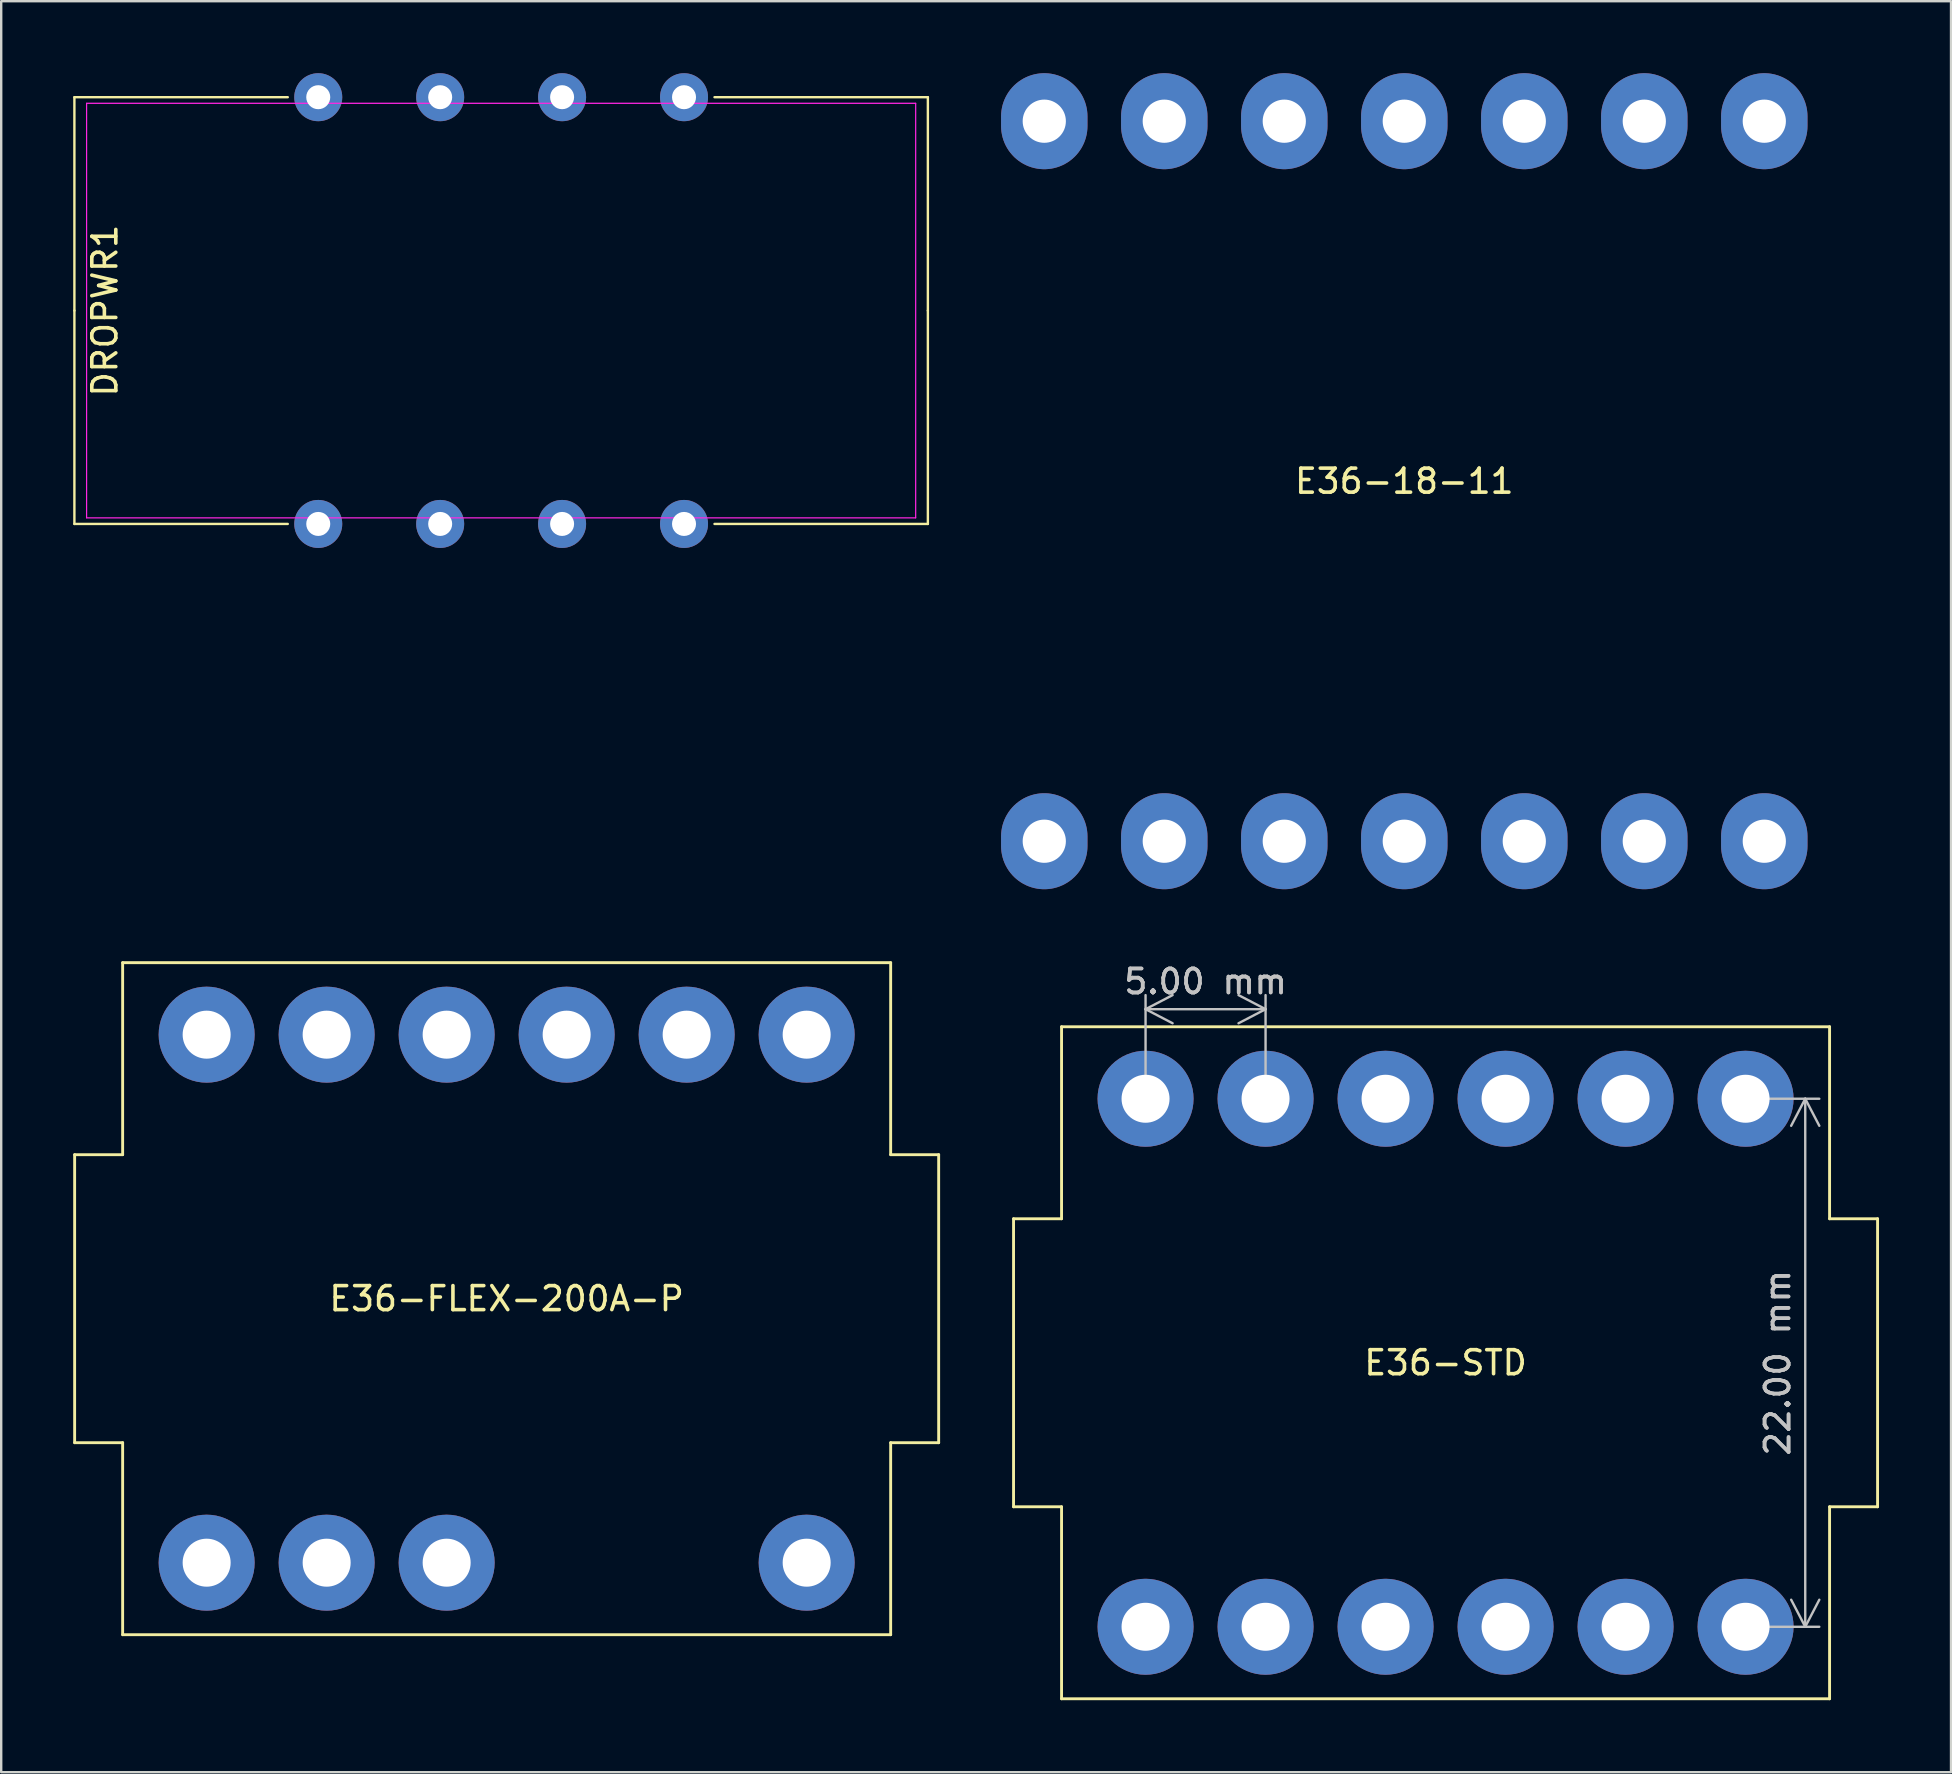
<source format=kicad_pcb>
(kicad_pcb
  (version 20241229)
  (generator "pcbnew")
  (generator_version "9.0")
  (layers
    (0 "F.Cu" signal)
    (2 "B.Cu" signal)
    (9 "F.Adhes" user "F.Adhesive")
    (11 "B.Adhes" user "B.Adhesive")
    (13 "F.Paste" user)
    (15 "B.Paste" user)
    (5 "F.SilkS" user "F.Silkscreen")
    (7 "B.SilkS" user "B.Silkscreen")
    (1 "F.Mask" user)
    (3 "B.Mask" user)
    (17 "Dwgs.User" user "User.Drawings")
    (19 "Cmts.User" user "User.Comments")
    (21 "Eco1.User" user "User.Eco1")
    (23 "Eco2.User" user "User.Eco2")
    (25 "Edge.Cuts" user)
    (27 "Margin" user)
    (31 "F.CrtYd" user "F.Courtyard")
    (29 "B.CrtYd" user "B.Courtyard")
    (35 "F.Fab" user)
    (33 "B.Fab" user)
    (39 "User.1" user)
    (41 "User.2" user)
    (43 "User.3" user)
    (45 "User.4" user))
  (footprint "E36-STD"
    (layer "F.Cu")
    (at 57.18 53.73)
    (property "Reference" "E36-STD" (at 0 0 180) (layer "F.SilkS") (effects (font (size 1 1) (thickness 0.15))))
    (attr through_hole)
    (fp_line (start -18 -6) (end -18 6) (stroke (width 0.12) (type solid)) (layer "F.SilkS"))
    (fp_line (start -18 6) (end -16 6) (stroke (width 0.12) (type solid)) (layer "F.SilkS"))
    (fp_line (start -16 -6) (end -18 -6) (stroke (width 0.12) (type solid)) (layer "F.SilkS"))
    (fp_line (start -16 -6) (end -16 -14) (stroke (width 0.12) (type solid)) (layer "F.SilkS"))
    (fp_line (start -16 14) (end -16 6) (stroke (width 0.12) (type solid)) (layer "F.SilkS"))
    (fp_line (start -16 14) (end 16 14) (stroke (width 0.12) (type solid)) (layer "F.SilkS"))
    (fp_line (start 16 -14) (end -16 -14) (stroke (width 0.12) (type solid)) (layer "F.SilkS"))
    (fp_line (start 16 -6) (end 16 -14) (stroke (width 0.12) (type solid)) (layer "F.SilkS"))
    (fp_line (start 16 -6) (end 18 -6) (stroke (width 0.12) (type solid)) (layer "F.SilkS"))
    (fp_line (start 16 14) (end 16 6) (stroke (width 0.12) (type solid)) (layer "F.SilkS"))
    (fp_line (start 18 -6) (end 18 6) (stroke (width 0.12) (type solid)) (layer "F.SilkS"))
    (fp_line (start 18 6) (end 16 6) (stroke (width 0.12) (type solid)) (layer "F.SilkS"))
    (dimension (type orthogonal) (layer "Dwgs.User") (pts (xy 69.68 42.73) (xy 69.68 64.73)) (height 2.486) (orientation 1) (format (prefix "") (suffix "") (units 3) (units_format 1) (precision 2)) (style (thickness 0.1) (arrow_length 1.27) (text_position_mode 0) (arrow_direction outward) (extension_height 0.586) (extension_offset 0.5) (keep_text_aligned yes)) (gr_text "22.00 mm" (at 71.016 53.73 90) (layer "Dwgs.User") (effects (font (size 1 1) (thickness 0.15)))))
    (dimension (type orthogonal) (layer "Dwgs.User") (pts (xy 49.68 42.73) (xy 44.68 42.73)) (height -3.732) (orientation 0) (format (prefix "") (suffix "") (units 3) (units_format 1) (precision 2)) (style (thickness 0.1) (arrow_length 1.27) (text_position_mode 0) (arrow_direction outward) (extension_height 0.586) (extension_offset 0.5) (keep_text_aligned yes)) (gr_text "5.00 mm" (at 47.18 37.848 0) (layer "Dwgs.User") (effects (font (size 1 1) (thickness 0.15)))))
    (pad "1" thru_hole oval (at -12.5 11) (size 4 4) (drill 2) (layers "*.Cu" "*.Mask"))
    (pad "2" thru_hole oval (at -7.5 11) (size 4 4) (drill 2) (layers "*.Cu" "*.Mask"))
    (pad "3" thru_hole oval (at -2.5 11) (size 4 4) (drill 2) (layers "*.Cu" "*.Mask"))
    (pad "4" thru_hole oval (at 2.5 11) (size 4 4) (drill 2) (layers "*.Cu" "*.Mask"))
    (pad "5" thru_hole oval (at 7.5 11) (size 4 4) (drill 2) (layers "*.Cu" "*.Mask"))
    (pad "6" thru_hole oval (at 12.5 11) (size 4 4) (drill 2) (layers "*.Cu" "*.Mask"))
    (pad "7" thru_hole oval (at 12.5 -11) (size 4 4) (drill 2) (layers "*.Cu" "*.Mask"))
    (pad "8" thru_hole oval (at 7.5 -11) (size 4 4) (drill 2) (layers "*.Cu" "*.Mask"))
    (pad "9" thru_hole oval (at 2.5 -11) (size 4 4) (drill 2) (layers "*.Cu" "*.Mask"))
    (pad "10" thru_hole oval (at -2.5 -11) (size 4 4) (drill 2) (layers "*.Cu" "*.Mask"))
    (pad "11" thru_hole oval (at -7.5 -11) (size 4 4) (drill 2) (layers "*.Cu" "*.Mask"))
    (pad "12" thru_hole oval (at -12.5 -11) (size 4 4) (drill 2) (layers "*.Cu" "*.Mask")))
  (footprint "DROPWR1"
    (layer "F.Cu")
    (at 17.83 9.89)
    (property "Reference" "DROPWR1" (at -16.51 0 90) (layer "F.SilkS") (effects (font (size 1 1) (thickness 0.15))))
    (attr through_hole)
    (fp_line (start -17.78 -8.89) (end -17.78 0) (stroke (width 0.1) (type default)) (layer "F.SilkS"))
    (fp_line (start -17.78 0) (end -17.78 8.89) (stroke (width 0.1) (type default)) (layer "F.SilkS"))
    (fp_line (start -8.89 -8.89) (end -17.78 -8.89) (stroke (width 0.1) (type default)) (layer "F.SilkS"))
    (fp_line (start -8.89 8.89) (end -17.78 8.89) (stroke (width 0.1) (type default)) (layer "F.SilkS"))
    (fp_line (start 17.78 -8.89) (end 8.89 -8.89) (stroke (width 0.1) (type default)) (layer "F.SilkS"))
    (fp_line (start 17.78 -8.89) (end 17.78 0) (stroke (width 0.1) (type default)) (layer "F.SilkS"))
    (fp_line (start 17.78 0) (end 17.78 8.89) (stroke (width 0.1) (type default)) (layer "F.SilkS"))
    (fp_line (start 17.78 8.89) (end 8.89 8.89) (stroke (width 0.1) (type default)) (layer "F.SilkS"))
    (fp_line (start -17.272 -8.636) (end -17.272 8.636) (stroke (width 0.05) (type default)) (layer "F.CrtYd"))
    (fp_line (start -17.272 8.636) (end 17.272 8.636) (stroke (width 0.05) (type default)) (layer "F.CrtYd"))
    (fp_line (start 17.272 -8.636) (end -17.272 -8.636) (stroke (width 0.05) (type default)) (layer "F.CrtYd"))
    (fp_line (start 17.272 8.636) (end 17.272 -8.636) (stroke (width 0.05) (type default)) (layer "F.CrtYd"))
    (pad "1" thru_hole circle (at -7.62 8.89) (size 2 2) (drill 1) (layers "*.Cu" "*.Mask"))
    (pad "1" thru_hole circle (at -2.54 8.89) (size 2 2) (drill 1) (layers "*.Cu" "*.Mask"))
    (pad "1" thru_hole circle (at 2.54 8.89) (size 2 2) (drill 1) (layers "*.Cu" "*.Mask"))
    (pad "1" thru_hole circle (at 7.62 8.89) (size 2 2) (drill 1) (layers "*.Cu" "*.Mask"))
    (pad "2" thru_hole circle (at -7.62 -8.89) (size 2 2) (drill 1) (layers "*.Cu" "*.Mask"))
    (pad "2" thru_hole circle (at -2.54 -8.89) (size 2 2) (drill 1) (layers "*.Cu" "*.Mask"))
    (pad "2" thru_hole circle (at 2.54 -8.89) (size 2 2) (drill 1) (layers "*.Cu" "*.Mask"))
    (pad "2" thru_hole circle (at 7.62 -8.89) (size 2 2) (drill 1) (layers "*.Cu" "*.Mask")))
  (footprint "E36-FLEX-200A-P"
    (layer "F.Cu")
    (at 18.06 51.06)
    (property "Reference" "E36-FLEX-200A-P" (at 0 0 180) (layer "F.SilkS") (effects (font (size 1 1) (thickness 0.15))))
    (attr through_hole)
    (fp_line (start -18 -6) (end -18 6) (stroke (width 0.12) (type solid)) (layer "F.SilkS"))
    (fp_line (start -18 6) (end -16 6) (stroke (width 0.12) (type solid)) (layer "F.SilkS"))
    (fp_line (start -16 -6) (end -18 -6) (stroke (width 0.12) (type solid)) (layer "F.SilkS"))
    (fp_line (start -16 -6) (end -16 -14) (stroke (width 0.12) (type solid)) (layer "F.SilkS"))
    (fp_line (start -16 14) (end -16 6) (stroke (width 0.12) (type solid)) (layer "F.SilkS"))
    (fp_line (start -16 14) (end 16 14) (stroke (width 0.12) (type solid)) (layer "F.SilkS"))
    (fp_line (start 16 -14) (end -16 -14) (stroke (width 0.12) (type solid)) (layer "F.SilkS"))
    (fp_line (start 16 -6) (end 16 -14) (stroke (width 0.12) (type solid)) (layer "F.SilkS"))
    (fp_line (start 16 -6) (end 18 -6) (stroke (width 0.12) (type solid)) (layer "F.SilkS"))
    (fp_line (start 16 14) (end 16 6) (stroke (width 0.12) (type solid)) (layer "F.SilkS"))
    (fp_line (start 18 -6) (end 18 6) (stroke (width 0.12) (type solid)) (layer "F.SilkS"))
    (fp_line (start 18 6) (end 16 6) (stroke (width 0.12) (type solid)) (layer "F.SilkS"))
    (pad "1" thru_hole oval (at -12.5 11) (size 4 4) (drill 2) (layers "*.Cu" "*.Mask"))
    (pad "2" thru_hole oval (at -7.5 11) (size 4 4) (drill 2) (layers "*.Cu" "*.Mask"))
    (pad "4" thru_hole oval (at -2.5 11) (size 4 4) (drill 2) (layers "*.Cu" "*.Mask"))
    (pad "6" thru_hole oval (at 12.5 11) (size 4 4) (drill 2) (layers "*.Cu" "*.Mask"))
    (pad "7" thru_hole oval (at 12.5 -11) (size 4 4) (drill 2) (layers "*.Cu" "*.Mask"))
    (pad "8" thru_hole oval (at 7.5 -11) (size 4 4) (drill 2) (layers "*.Cu" "*.Mask"))
    (pad "9" thru_hole oval (at 2.5 -11) (size 4 4) (drill 2) (layers "*.Cu" "*.Mask"))
    (pad "10" thru_hole oval (at -2.5 -11) (size 4 4) (drill 2) (layers "*.Cu" "*.Mask"))
    (pad "11" thru_hole oval (at -7.5 -11) (size 4 4) (drill 2) (layers "*.Cu" "*.Mask"))
    (pad "12" thru_hole oval (at -12.5 -11) (size 4 4) (drill 2) (layers "*.Cu" "*.Mask")))
  (footprint "E36-18-11"
    (layer "F.Cu")
    (at 55.46 17)
    (property "Reference" "E36-18-11" (at 0 0 180) (layer "F.SilkS") (effects (font (size 1 1) (thickness 0.15))))
    (attr through_hole)
    (pad "1" thru_hole oval (at -15 15) (size 3.6 4) (drill 1.8) (layers "*.Cu" "*.Mask"))
    (pad "2" thru_hole oval (at -10 15) (size 3.6 4) (drill 1.8) (layers "*.Cu" "*.Mask"))
    (pad "3" thru_hole oval (at -5 15) (size 3.6 4) (drill 1.8) (layers "*.Cu" "*.Mask"))
    (pad "4" thru_hole oval (at 0 15) (size 3.6 4) (drill 1.8) (layers "*.Cu" "*.Mask"))
    (pad "5" thru_hole oval (at 5 15) (size 3.6 4) (drill 1.8) (layers "*.Cu" "*.Mask"))
    (pad "6" thru_hole oval (at 10 15) (size 3.6 4) (drill 1.8) (layers "*.Cu" "*.Mask"))
    (pad "7" thru_hole oval (at 15 15) (size 3.6 4) (drill 1.8) (layers "*.Cu" "*.Mask"))
    (pad "8" thru_hole oval (at 15 -15) (size 3.6 4) (drill 1.8) (layers "*.Cu" "*.Mask"))
    (pad "9" thru_hole oval (at 10 -15) (size 3.6 4) (drill 1.8) (layers "*.Cu" "*.Mask"))
    (pad "10" thru_hole oval (at 5 -15) (size 3.6 4) (drill 1.8) (layers "*.Cu" "*.Mask"))
    (pad "11" thru_hole oval (at 0 -15) (size 3.6 4) (drill 1.8) (layers "*.Cu" "*.Mask"))
    (pad "12" thru_hole oval (at -5 -15) (size 3.6 4) (drill 1.8) (layers "*.Cu" "*.Mask"))
    (pad "13" thru_hole oval (at -10 -15) (size 3.6 4) (drill 1.8) (layers "*.Cu" "*.Mask"))
    (pad "14" thru_hole oval (at -15 -15) (size 3.6 4) (drill 1.8) (layers "*.Cu" "*.Mask")))
  (gr_rect
    (start -3 -3)
    (end 78.24 70.79)
    (stroke (width 0.1) (type default))
    (fill no)
    (layer "Edge.Cuts")))
</source>
